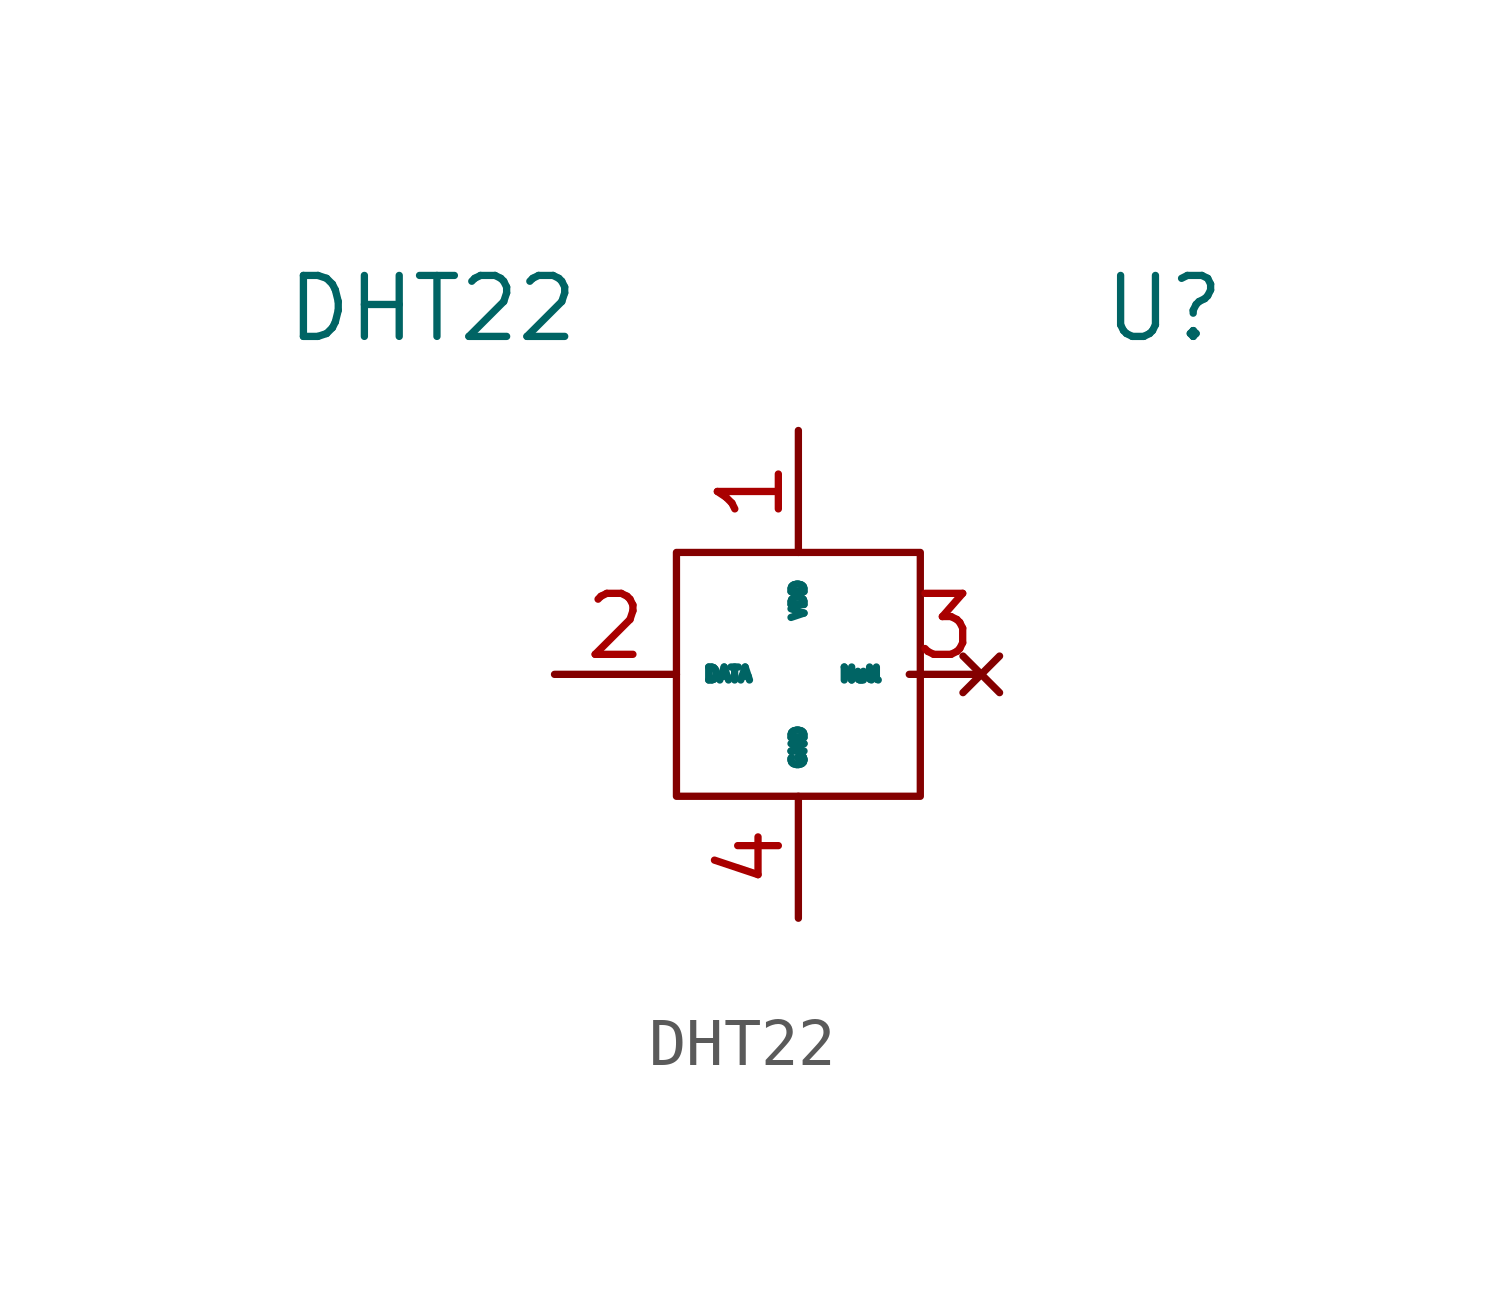
<source format=kicad_sym>
(kicad_symbol_lib
  (version 20211014)
  (generator kicad_symbol_editor)
  (symbol "DHT22"
    (property "Reference" "U"
      (at 7.62 7.62 0)
      (effects (font (size 1.27 1.27))))
    (property "Value" "DHT22"
      (at -7.62 7.62 0)
      (effects (font (size 1.27 1.27))))
    (symbol "DHT22_0_1"
      (rectangle (start 2.54 -2.54) (end -2.54 2.54) (stroke (width 0) (type default) (color 0 0 0 0)) (fill (type none))))
    (symbol "DHT22_1_1"
      (pin power_in line (at 0 5.08 270) (length 2.54) (name "VDD" (effects (font (size 0.27 0.27)))) (number "1" (effects (font (size 1.27 1.27)))))
      (pin bidirectional line (at -5.08 0 0) (length 2.54) (name "DATA" (effects (font (size 0.27 0.27)))) (number "2" (effects (font (size 1.27 1.27)))))
      (pin no_connect line (at 3.81 0 180) (length 1.5) (name "Null" (effects (font (size 0.27 0.27)))) (number "3" (effects (font (size 1.27 1.27)))))
      (pin power_in line (at 0 -5.08 90) (length 2.54) (name "GND" (effects (font (size 0.27 0.27)))) (number "4" (effects (font (size 1.27 1.27))))))))
</source>
